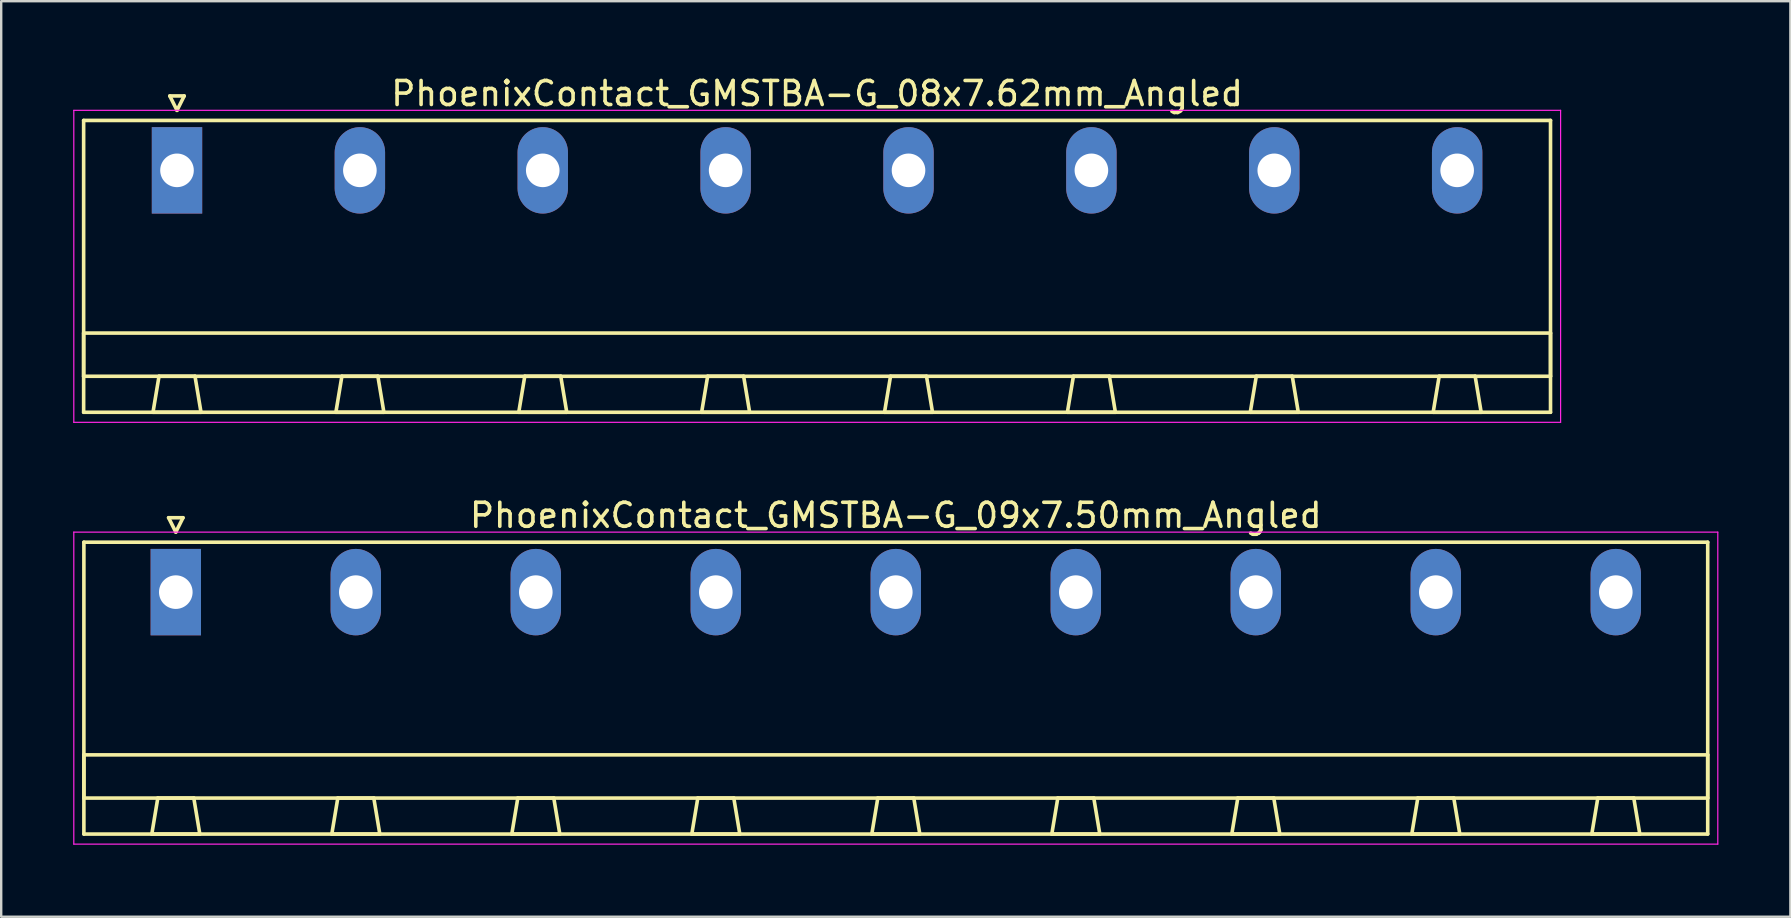
<source format=kicad_pcb>
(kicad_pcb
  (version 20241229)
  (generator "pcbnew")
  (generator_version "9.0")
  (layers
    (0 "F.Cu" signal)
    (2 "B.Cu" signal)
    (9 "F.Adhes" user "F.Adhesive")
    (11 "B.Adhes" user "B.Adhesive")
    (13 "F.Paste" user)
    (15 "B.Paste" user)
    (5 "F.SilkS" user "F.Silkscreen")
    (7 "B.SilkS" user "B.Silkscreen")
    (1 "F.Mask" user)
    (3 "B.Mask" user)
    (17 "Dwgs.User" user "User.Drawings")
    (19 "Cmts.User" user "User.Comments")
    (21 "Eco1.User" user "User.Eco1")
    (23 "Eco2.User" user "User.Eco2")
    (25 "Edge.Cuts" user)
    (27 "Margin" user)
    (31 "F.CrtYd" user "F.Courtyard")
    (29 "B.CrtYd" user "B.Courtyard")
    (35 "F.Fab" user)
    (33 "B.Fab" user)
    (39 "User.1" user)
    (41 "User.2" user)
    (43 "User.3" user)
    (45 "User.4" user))
  (footprint "PhoenixContact_GMSTBA-G_09x7.50mm_Angled"
    (layer "F.Cu")
    (at 4.275 21.622)
    (property "Reference" "PhoenixContact_GMSTBA-G_09x7.50mm_Angled" (at 30 -3.2 0) (layer "F.SilkS") (effects (font (size 1 1) (thickness 0.15))))
    (attr through_hole)
    (fp_line (start -3.83 -2.08) (end -3.83 10.08) (stroke (width 0.15) (type solid)) (layer "F.SilkS"))
    (fp_line (start -3.83 6.78) (end 63.83 6.78) (stroke (width 0.15) (type solid)) (layer "F.SilkS"))
    (fp_line (start -3.83 8.58) (end -3.83 6.78) (stroke (width 0.15) (type solid)) (layer "F.SilkS"))
    (fp_line (start -3.83 10.08) (end 63.83 10.08) (stroke (width 0.15) (type solid)) (layer "F.SilkS"))
    (fp_line (start -1 10.08) (end 1 10.08) (stroke (width 0.15) (type solid)) (layer "F.SilkS"))
    (fp_line (start -0.75 8.58) (end -1 10.08) (stroke (width 0.15) (type solid)) (layer "F.SilkS"))
    (fp_line (start -0.3 -3.1) (end 0 -2.5) (stroke (width 0.15) (type solid)) (layer "F.SilkS"))
    (fp_line (start 0 -2.5) (end 0.3 -3.1) (stroke (width 0.15) (type solid)) (layer "F.SilkS"))
    (fp_line (start 0.3 -3.1) (end -0.3 -3.1) (stroke (width 0.15) (type solid)) (layer "F.SilkS"))
    (fp_line (start 0.75 8.58) (end -0.75 8.58) (stroke (width 0.15) (type solid)) (layer "F.SilkS"))
    (fp_line (start 1 10.08) (end 0.75 8.58) (stroke (width 0.15) (type solid)) (layer "F.SilkS"))
    (fp_line (start 6.5 10.08) (end 8.5 10.08) (stroke (width 0.15) (type solid)) (layer "F.SilkS"))
    (fp_line (start 6.75 8.58) (end 6.5 10.08) (stroke (width 0.15) (type solid)) (layer "F.SilkS"))
    (fp_line (start 8.25 8.58) (end 6.75 8.58) (stroke (width 0.15) (type solid)) (layer "F.SilkS"))
    (fp_line (start 8.5 10.08) (end 8.25 8.58) (stroke (width 0.15) (type solid)) (layer "F.SilkS"))
    (fp_line (start 14 10.08) (end 16 10.08) (stroke (width 0.15) (type solid)) (layer "F.SilkS"))
    (fp_line (start 14.25 8.58) (end 14 10.08) (stroke (width 0.15) (type solid)) (layer "F.SilkS"))
    (fp_line (start 15.75 8.58) (end 14.25 8.58) (stroke (width 0.15) (type solid)) (layer "F.SilkS"))
    (fp_line (start 16 10.08) (end 15.75 8.58) (stroke (width 0.15) (type solid)) (layer "F.SilkS"))
    (fp_line (start 21.5 10.08) (end 23.5 10.08) (stroke (width 0.15) (type solid)) (layer "F.SilkS"))
    (fp_line (start 21.75 8.58) (end 21.5 10.08) (stroke (width 0.15) (type solid)) (layer "F.SilkS"))
    (fp_line (start 23.25 8.58) (end 21.75 8.58) (stroke (width 0.15) (type solid)) (layer "F.SilkS"))
    (fp_line (start 23.5 10.08) (end 23.25 8.58) (stroke (width 0.15) (type solid)) (layer "F.SilkS"))
    (fp_line (start 29 10.08) (end 31 10.08) (stroke (width 0.15) (type solid)) (layer "F.SilkS"))
    (fp_line (start 29.25 8.58) (end 29 10.08) (stroke (width 0.15) (type solid)) (layer "F.SilkS"))
    (fp_line (start 30.75 8.58) (end 29.25 8.58) (stroke (width 0.15) (type solid)) (layer "F.SilkS"))
    (fp_line (start 31 10.08) (end 30.75 8.58) (stroke (width 0.15) (type solid)) (layer "F.SilkS"))
    (fp_line (start 36.5 10.08) (end 38.5 10.08) (stroke (width 0.15) (type solid)) (layer "F.SilkS"))
    (fp_line (start 36.75 8.58) (end 36.5 10.08) (stroke (width 0.15) (type solid)) (layer "F.SilkS"))
    (fp_line (start 38.25 8.58) (end 36.75 8.58) (stroke (width 0.15) (type solid)) (layer "F.SilkS"))
    (fp_line (start 38.5 10.08) (end 38.25 8.58) (stroke (width 0.15) (type solid)) (layer "F.SilkS"))
    (fp_line (start 44 10.08) (end 46 10.08) (stroke (width 0.15) (type solid)) (layer "F.SilkS"))
    (fp_line (start 44.25 8.58) (end 44 10.08) (stroke (width 0.15) (type solid)) (layer "F.SilkS"))
    (fp_line (start 45.75 8.58) (end 44.25 8.58) (stroke (width 0.15) (type solid)) (layer "F.SilkS"))
    (fp_line (start 46 10.08) (end 45.75 8.58) (stroke (width 0.15) (type solid)) (layer "F.SilkS"))
    (fp_line (start 51.5 10.08) (end 53.5 10.08) (stroke (width 0.15) (type solid)) (layer "F.SilkS"))
    (fp_line (start 51.75 8.58) (end 51.5 10.08) (stroke (width 0.15) (type solid)) (layer "F.SilkS"))
    (fp_line (start 53.25 8.58) (end 51.75 8.58) (stroke (width 0.15) (type solid)) (layer "F.SilkS"))
    (fp_line (start 53.5 10.08) (end 53.25 8.58) (stroke (width 0.15) (type solid)) (layer "F.SilkS"))
    (fp_line (start 59 10.08) (end 61 10.08) (stroke (width 0.15) (type solid)) (layer "F.SilkS"))
    (fp_line (start 59.25 8.58) (end 59 10.08) (stroke (width 0.15) (type solid)) (layer "F.SilkS"))
    (fp_line (start 60.75 8.58) (end 59.25 8.58) (stroke (width 0.15) (type solid)) (layer "F.SilkS"))
    (fp_line (start 61 10.08) (end 60.75 8.58) (stroke (width 0.15) (type solid)) (layer "F.SilkS"))
    (fp_line (start 63.83 -2.08) (end -3.83 -2.08) (stroke (width 0.15) (type solid)) (layer "F.SilkS"))
    (fp_line (start 63.83 6.78) (end 63.83 8.58) (stroke (width 0.15) (type solid)) (layer "F.SilkS"))
    (fp_line (start 63.83 8.58) (end -3.83 8.58) (stroke (width 0.15) (type solid)) (layer "F.SilkS"))
    (fp_line (start 63.83 10.08) (end 63.83 -2.08) (stroke (width 0.15) (type solid)) (layer "F.SilkS"))
    (fp_line (start -4.25 -2.5) (end -4.25 10.5) (stroke (width 0.05) (type solid)) (layer "F.CrtYd"))
    (fp_line (start -4.25 10.5) (end 64.25 10.5) (stroke (width 0.05) (type solid)) (layer "F.CrtYd"))
    (fp_line (start 64.25 -2.5) (end -4.25 -2.5) (stroke (width 0.05) (type solid)) (layer "F.CrtYd"))
    (fp_line (start 64.25 10.5) (end 64.25 -2.5) (stroke (width 0.05) (type solid)) (layer "F.CrtYd"))
    (pad "1" thru_hole rect (at 0 0) (size 2.1 3.6) (drill 1.4) (layers "*.Cu" "*.Mask"))
    (pad "2" thru_hole oval (at 7.5 0) (size 2.1 3.6) (drill 1.4) (layers "*.Cu" "*.Mask"))
    (pad "3" thru_hole oval (at 15 0) (size 2.1 3.6) (drill 1.4) (layers "*.Cu" "*.Mask"))
    (pad "4" thru_hole oval (at 22.5 0) (size 2.1 3.6) (drill 1.4) (layers "*.Cu" "*.Mask"))
    (pad "5" thru_hole oval (at 30 0) (size 2.1 3.6) (drill 1.4) (layers "*.Cu" "*.Mask"))
    (pad "6" thru_hole oval (at 37.5 0) (size 2.1 3.6) (drill 1.4) (layers "*.Cu" "*.Mask"))
    (pad "7" thru_hole oval (at 45 0) (size 2.1 3.6) (drill 1.4) (layers "*.Cu" "*.Mask"))
    (pad "8" thru_hole oval (at 52.5 0) (size 2.1 3.6) (drill 1.4) (layers "*.Cu" "*.Mask"))
    (pad "9" thru_hole oval (at 60 0) (size 2.1 3.6) (drill 1.4) (layers "*.Cu" "*.Mask")))
  (footprint "PhoenixContact_GMSTBA-G_08x7.62mm_Angled"
    (layer "F.Cu")
    (at 4.325 4.048)
    (property "Reference" "PhoenixContact_GMSTBA-G_08x7.62mm_Angled" (at 26.67 -3.2 0) (layer "F.SilkS") (effects (font (size 1 1) (thickness 0.15))))
    (attr through_hole)
    (fp_line (start -3.89 -2.08) (end -3.89 10.08) (stroke (width 0.15) (type solid)) (layer "F.SilkS"))
    (fp_line (start -3.89 6.78) (end 57.23 6.78) (stroke (width 0.15) (type solid)) (layer "F.SilkS"))
    (fp_line (start -3.89 8.58) (end -3.89 6.78) (stroke (width 0.15) (type solid)) (layer "F.SilkS"))
    (fp_line (start -3.89 10.08) (end 57.23 10.08) (stroke (width 0.15) (type solid)) (layer "F.SilkS"))
    (fp_line (start -1 10.08) (end 1 10.08) (stroke (width 0.15) (type solid)) (layer "F.SilkS"))
    (fp_line (start -0.75 8.58) (end -1 10.08) (stroke (width 0.15) (type solid)) (layer "F.SilkS"))
    (fp_line (start -0.3 -3.1) (end 0 -2.5) (stroke (width 0.15) (type solid)) (layer "F.SilkS"))
    (fp_line (start 0 -2.5) (end 0.3 -3.1) (stroke (width 0.15) (type solid)) (layer "F.SilkS"))
    (fp_line (start 0.3 -3.1) (end -0.3 -3.1) (stroke (width 0.15) (type solid)) (layer "F.SilkS"))
    (fp_line (start 0.75 8.58) (end -0.75 8.58) (stroke (width 0.15) (type solid)) (layer "F.SilkS"))
    (fp_line (start 1 10.08) (end 0.75 8.58) (stroke (width 0.15) (type solid)) (layer "F.SilkS"))
    (fp_line (start 6.62 10.08) (end 8.62 10.08) (stroke (width 0.15) (type solid)) (layer "F.SilkS"))
    (fp_line (start 6.87 8.58) (end 6.62 10.08) (stroke (width 0.15) (type solid)) (layer "F.SilkS"))
    (fp_line (start 8.37 8.58) (end 6.87 8.58) (stroke (width 0.15) (type solid)) (layer "F.SilkS"))
    (fp_line (start 8.62 10.08) (end 8.37 8.58) (stroke (width 0.15) (type solid)) (layer "F.SilkS"))
    (fp_line (start 14.24 10.08) (end 16.24 10.08) (stroke (width 0.15) (type solid)) (layer "F.SilkS"))
    (fp_line (start 14.49 8.58) (end 14.24 10.08) (stroke (width 0.15) (type solid)) (layer "F.SilkS"))
    (fp_line (start 15.99 8.58) (end 14.49 8.58) (stroke (width 0.15) (type solid)) (layer "F.SilkS"))
    (fp_line (start 16.24 10.08) (end 15.99 8.58) (stroke (width 0.15) (type solid)) (layer "F.SilkS"))
    (fp_line (start 21.86 10.08) (end 23.86 10.08) (stroke (width 0.15) (type solid)) (layer "F.SilkS"))
    (fp_line (start 22.11 8.58) (end 21.86 10.08) (stroke (width 0.15) (type solid)) (layer "F.SilkS"))
    (fp_line (start 23.61 8.58) (end 22.11 8.58) (stroke (width 0.15) (type solid)) (layer "F.SilkS"))
    (fp_line (start 23.86 10.08) (end 23.61 8.58) (stroke (width 0.15) (type solid)) (layer "F.SilkS"))
    (fp_line (start 29.48 10.08) (end 31.48 10.08) (stroke (width 0.15) (type solid)) (layer "F.SilkS"))
    (fp_line (start 29.73 8.58) (end 29.48 10.08) (stroke (width 0.15) (type solid)) (layer "F.SilkS"))
    (fp_line (start 31.23 8.58) (end 29.73 8.58) (stroke (width 0.15) (type solid)) (layer "F.SilkS"))
    (fp_line (start 31.48 10.08) (end 31.23 8.58) (stroke (width 0.15) (type solid)) (layer "F.SilkS"))
    (fp_line (start 37.1 10.08) (end 39.1 10.08) (stroke (width 0.15) (type solid)) (layer "F.SilkS"))
    (fp_line (start 37.35 8.58) (end 37.1 10.08) (stroke (width 0.15) (type solid)) (layer "F.SilkS"))
    (fp_line (start 38.85 8.58) (end 37.35 8.58) (stroke (width 0.15) (type solid)) (layer "F.SilkS"))
    (fp_line (start 39.1 10.08) (end 38.85 8.58) (stroke (width 0.15) (type solid)) (layer "F.SilkS"))
    (fp_line (start 44.72 10.08) (end 46.72 10.08) (stroke (width 0.15) (type solid)) (layer "F.SilkS"))
    (fp_line (start 44.97 8.58) (end 44.72 10.08) (stroke (width 0.15) (type solid)) (layer "F.SilkS"))
    (fp_line (start 46.47 8.58) (end 44.97 8.58) (stroke (width 0.15) (type solid)) (layer "F.SilkS"))
    (fp_line (start 46.72 10.08) (end 46.47 8.58) (stroke (width 0.15) (type solid)) (layer "F.SilkS"))
    (fp_line (start 52.34 10.08) (end 54.34 10.08) (stroke (width 0.15) (type solid)) (layer "F.SilkS"))
    (fp_line (start 52.59 8.58) (end 52.34 10.08) (stroke (width 0.15) (type solid)) (layer "F.SilkS"))
    (fp_line (start 54.09 8.58) (end 52.59 8.58) (stroke (width 0.15) (type solid)) (layer "F.SilkS"))
    (fp_line (start 54.34 10.08) (end 54.09 8.58) (stroke (width 0.15) (type solid)) (layer "F.SilkS"))
    (fp_line (start 57.23 -2.08) (end -3.89 -2.08) (stroke (width 0.15) (type solid)) (layer "F.SilkS"))
    (fp_line (start 57.23 6.78) (end 57.23 8.58) (stroke (width 0.15) (type solid)) (layer "F.SilkS"))
    (fp_line (start 57.23 8.58) (end -3.89 8.58) (stroke (width 0.15) (type solid)) (layer "F.SilkS"))
    (fp_line (start 57.23 10.08) (end 57.23 -2.08) (stroke (width 0.15) (type solid)) (layer "F.SilkS"))
    (fp_line (start -4.3 -2.5) (end -4.3 10.5) (stroke (width 0.05) (type solid)) (layer "F.CrtYd"))
    (fp_line (start -4.3 10.5) (end 57.65 10.5) (stroke (width 0.05) (type solid)) (layer "F.CrtYd"))
    (fp_line (start 57.65 -2.5) (end -4.3 -2.5) (stroke (width 0.05) (type solid)) (layer "F.CrtYd"))
    (fp_line (start 57.65 10.5) (end 57.65 -2.5) (stroke (width 0.05) (type solid)) (layer "F.CrtYd"))
    (pad "1" thru_hole rect (at 0 0) (size 2.1 3.6) (drill 1.4) (layers "*.Cu" "*.Mask"))
    (pad "2" thru_hole oval (at 7.62 0) (size 2.1 3.6) (drill 1.4) (layers "*.Cu" "*.Mask"))
    (pad "3" thru_hole oval (at 15.24 0) (size 2.1 3.6) (drill 1.4) (layers "*.Cu" "*.Mask"))
    (pad "4" thru_hole oval (at 22.86 0) (size 2.1 3.6) (drill 1.4) (layers "*.Cu" "*.Mask"))
    (pad "5" thru_hole oval (at 30.48 0) (size 2.1 3.6) (drill 1.4) (layers "*.Cu" "*.Mask"))
    (pad "6" thru_hole oval (at 38.1 0) (size 2.1 3.6) (drill 1.4) (layers "*.Cu" "*.Mask"))
    (pad "7" thru_hole oval (at 45.72 0) (size 2.1 3.6) (drill 1.4) (layers "*.Cu" "*.Mask"))
    (pad "8" thru_hole oval (at 53.34 0) (size 2.1 3.6) (drill 1.4) (layers "*.Cu" "*.Mask")))
  (gr_rect
    (start -3 -3)
    (end 71.55 35.147)
    (stroke (width 0.1) (type default))
    (fill no)
    (layer "Edge.Cuts")))
</source>
